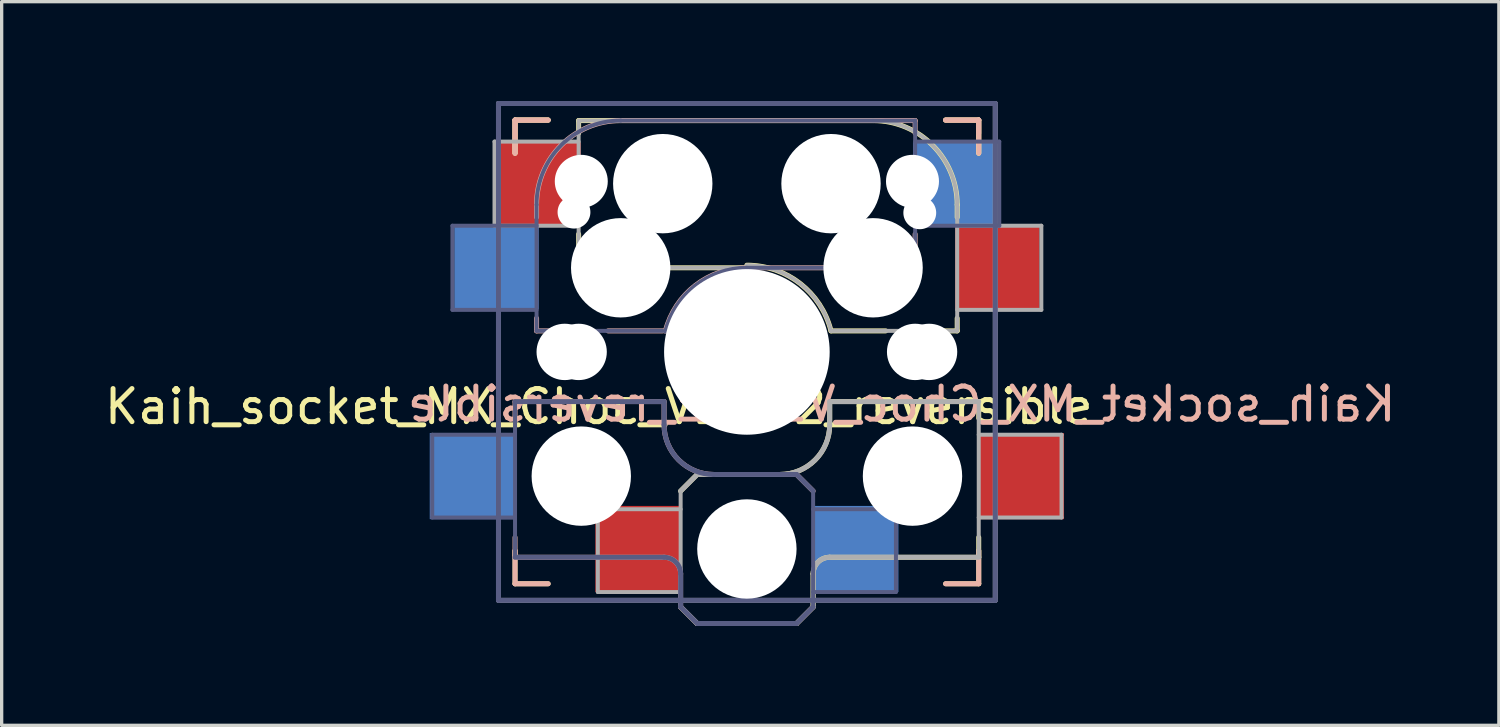
<source format=kicad_pcb>
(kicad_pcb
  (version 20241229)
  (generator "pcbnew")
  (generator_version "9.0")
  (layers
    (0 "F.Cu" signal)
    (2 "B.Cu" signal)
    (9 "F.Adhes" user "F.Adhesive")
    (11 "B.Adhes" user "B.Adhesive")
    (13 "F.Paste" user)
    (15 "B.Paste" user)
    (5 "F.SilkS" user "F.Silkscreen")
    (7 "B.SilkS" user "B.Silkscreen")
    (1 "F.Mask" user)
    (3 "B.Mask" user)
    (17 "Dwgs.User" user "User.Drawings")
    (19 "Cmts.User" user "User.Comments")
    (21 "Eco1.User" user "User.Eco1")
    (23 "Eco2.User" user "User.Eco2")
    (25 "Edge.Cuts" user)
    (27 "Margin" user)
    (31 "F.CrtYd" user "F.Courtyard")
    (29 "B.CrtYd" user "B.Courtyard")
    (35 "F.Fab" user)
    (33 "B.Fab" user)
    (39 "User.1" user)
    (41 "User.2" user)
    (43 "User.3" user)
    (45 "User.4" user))
  (footprint "Kaih_socket_MX_Choc_V1&V2_reversible"
    (layer "F.Cu")
    (at 19.5 7.575)
    (property "Reference" "Kaih_socket_MX_Choc_V1&V2_reversible" (at -4.47 1.651 0) (layer "F.SilkS") (effects (font (size 1 1) (thickness 0.15))))
    (attr smd)
    (fp_line (start -7 -7) (end -6 -7) (stroke (width 0.15) (type solid)) (layer "F.SilkS"))
    (fp_line (start -7 -7) (end -6 -7) (stroke (width 0.15) (type solid)) (layer "F.SilkS"))
    (fp_line (start -7 -6) (end -7 -7) (stroke (width 0.15) (type solid)) (layer "F.SilkS"))
    (fp_line (start -7 -6) (end -7 -7) (stroke (width 0.15) (type solid)) (layer "F.SilkS"))
    (fp_line (start -7 7) (end -7 6) (stroke (width 0.15) (type solid)) (layer "F.SilkS"))
    (fp_line (start -6 7) (end -7 7) (stroke (width 0.15) (type solid)) (layer "F.SilkS"))
    (fp_line (start -5.08 -6.985) (end 3.81 -6.985) (stroke (width 0.15) (type solid)) (layer "F.SilkS"))
    (fp_line (start -5.08 -6.604) (end -5.08 -6.985) (stroke (width 0.15) (type solid)) (layer "F.SilkS"))
    (fp_line (start -5.08 -2.54) (end -5.08 -3.556) (stroke (width 0.15) (type solid)) (layer "F.SilkS"))
    (fp_line (start -2 4.2) (end -1.5 3.7) (stroke (width 0.15) (type solid)) (layer "F.SilkS"))
    (fp_line (start -2 7.7) (end -1.5 8.2) (stroke (width 0.15) (type solid)) (layer "F.SilkS"))
    (fp_line (start -1.5 3.7) (end 1 3.7) (stroke (width 0.15) (type solid)) (layer "F.SilkS"))
    (fp_line (start -1.5 8.2) (end 1.5 8.2) (stroke (width 0.15) (type solid)) (layer "F.SilkS"))
    (fp_line (start 0 -2.54) (end -5.08 -2.54) (stroke (width 0.15) (type solid)) (layer "F.SilkS"))
    (fp_line (start 1.5 8.2) (end 2 7.7) (stroke (width 0.15) (type solid)) (layer "F.SilkS"))
    (fp_line (start 2 6.7) (end 2 7.7) (stroke (width 0.15) (type solid)) (layer "F.SilkS"))
    (fp_line (start 2.5 1.5) (end 7 1.5) (stroke (width 0.15) (type solid)) (layer "F.SilkS"))
    (fp_line (start 2.5 2.2) (end 2.5 1.5) (stroke (width 0.15) (type solid)) (layer "F.SilkS"))
    (fp_line (start 4.191 -0.635) (end 2.54 -0.635) (stroke (width 0.15) (type solid)) (layer "F.SilkS"))
    (fp_line (start 6 -7) (end 7 -7) (stroke (width 0.15) (type solid)) (layer "F.SilkS"))
    (fp_line (start 6 -7) (end 7 -7) (stroke (width 0.15) (type solid)) (layer "F.SilkS"))
    (fp_line (start 6.35 -4.445) (end 6.35 -4.064) (stroke (width 0.15) (type solid)) (layer "F.SilkS"))
    (fp_line (start 6.35 -1.016) (end 6.35 -0.635) (stroke (width 0.15) (type solid)) (layer "F.SilkS"))
    (fp_line (start 6.35 -0.635) (end 5.969 -0.635) (stroke (width 0.15) (type solid)) (layer "F.SilkS"))
    (fp_line (start 7 -7) (end 7 -6) (stroke (width 0.15) (type solid)) (layer "F.SilkS"))
    (fp_line (start 7 -7) (end 7 -6) (stroke (width 0.15) (type solid)) (layer "F.SilkS"))
    (fp_line (start 7 1.5) (end 7 2) (stroke (width 0.15) (type solid)) (layer "F.SilkS"))
    (fp_line (start 7 5.6) (end 7 6.2) (stroke (width 0.15) (type solid)) (layer "F.SilkS"))
    (fp_line (start 7 6) (end 7 7) (stroke (width 0.15) (type solid)) (layer "F.SilkS"))
    (fp_line (start 7 6.2) (end 2.5 6.2) (stroke (width 0.15) (type solid)) (layer "F.SilkS"))
    (fp_line (start 7 7) (end 6 7) (stroke (width 0.15) (type solid)) (layer "F.SilkS"))
    (fp_arc (start 0.000001 -2.618171) (mid 1.611255 -2.063656) (end 2.539999 -0.634999) (stroke (width 0.15) (type solid)) (layer "F.SilkS"))
    (fp_arc (start 2 6.7) (mid 2.146447 6.346447) (end 2.5 6.2) (stroke (width 0.15) (type solid)) (layer "F.SilkS"))
    (fp_arc (start 2.5 2.2) (mid 2.06066 3.26066) (end 1 3.7) (stroke (width 0.15) (type solid)) (layer "F.SilkS"))
    (fp_arc (start 3.81 -6.985) (mid 5.606051 -6.241051) (end 6.35 -4.445) (stroke (width 0.15) (type solid)) (layer "F.SilkS"))
    (fp_line (start -7 -7) (end -6 -7) (stroke (width 0.15) (type solid)) (layer "B.SilkS"))
    (fp_line (start -7 -7) (end -6 -7) (stroke (width 0.15) (type solid)) (layer "B.SilkS"))
    (fp_line (start -7 -6) (end -7 -7) (stroke (width 0.15) (type solid)) (layer "B.SilkS"))
    (fp_line (start -7 -6) (end -7 -7) (stroke (width 0.15) (type solid)) (layer "B.SilkS"))
    (fp_line (start -7 1.5) (end -7 2) (stroke (width 0.15) (type solid)) (layer "B.SilkS"))
    (fp_line (start -7 5.6) (end -7 6.2) (stroke (width 0.15) (type solid)) (layer "B.SilkS"))
    (fp_line (start -7 6.2) (end -2.5 6.2) (stroke (width 0.15) (type solid)) (layer "B.SilkS"))
    (fp_line (start -7 7) (end -7 6) (stroke (width 0.15) (type solid)) (layer "B.SilkS"))
    (fp_line (start -6.35 -4.445) (end -6.35 -4.064) (stroke (width 0.15) (type solid)) (layer "B.SilkS"))
    (fp_line (start -6.35 -1.016) (end -6.35 -0.635) (stroke (width 0.15) (type solid)) (layer "B.SilkS"))
    (fp_line (start -6.35 -0.635) (end -5.969 -0.635) (stroke (width 0.15) (type solid)) (layer "B.SilkS"))
    (fp_line (start -6 7) (end -7 7) (stroke (width 0.15) (type solid)) (layer "B.SilkS"))
    (fp_line (start -4.191 -0.635) (end -2.54 -0.635) (stroke (width 0.15) (type solid)) (layer "B.SilkS"))
    (fp_line (start -2.5 1.5) (end -7 1.5) (stroke (width 0.15) (type solid)) (layer "B.SilkS"))
    (fp_line (start -2.5 2.2) (end -2.5 1.5) (stroke (width 0.15) (type solid)) (layer "B.SilkS"))
    (fp_line (start -2 6.7) (end -2 7.7) (stroke (width 0.15) (type solid)) (layer "B.SilkS"))
    (fp_line (start -1.5 8.2) (end -2 7.7) (stroke (width 0.15) (type solid)) (layer "B.SilkS"))
    (fp_line (start 0 -2.54) (end 5.08 -2.54) (stroke (width 0.15) (type solid)) (layer "B.SilkS"))
    (fp_line (start 1.5 3.7) (end -1 3.7) (stroke (width 0.15) (type solid)) (layer "B.SilkS"))
    (fp_line (start 1.5 8.2) (end -1.5 8.2) (stroke (width 0.15) (type solid)) (layer "B.SilkS"))
    (fp_line (start 2 4.2) (end 1.5 3.7) (stroke (width 0.15) (type solid)) (layer "B.SilkS"))
    (fp_line (start 2 7.7) (end 1.5 8.2) (stroke (width 0.15) (type solid)) (layer "B.SilkS"))
    (fp_line (start 5.08 -6.985) (end -3.81 -6.985) (stroke (width 0.15) (type solid)) (layer "B.SilkS"))
    (fp_line (start 5.08 -6.604) (end 5.08 -6.985) (stroke (width 0.15) (type solid)) (layer "B.SilkS"))
    (fp_line (start 5.08 -2.54) (end 5.08 -3.556) (stroke (width 0.15) (type solid)) (layer "B.SilkS"))
    (fp_line (start 6 -7) (end 7 -7) (stroke (width 0.15) (type solid)) (layer "B.SilkS"))
    (fp_line (start 6 -7) (end 7 -7) (stroke (width 0.15) (type solid)) (layer "B.SilkS"))
    (fp_line (start 7 -7) (end 7 -6.604) (stroke (width 0.15) (type solid)) (layer "B.SilkS"))
    (fp_line (start 7 -7) (end 7 -6) (stroke (width 0.15) (type solid)) (layer "B.SilkS"))
    (fp_line (start 7 6) (end 7 7) (stroke (width 0.15) (type solid)) (layer "B.SilkS"))
    (fp_line (start 7 7) (end 6 7) (stroke (width 0.15) (type solid)) (layer "B.SilkS"))
    (fp_arc (start -6.35 -4.445) (mid -5.606051 -6.241051) (end -3.81 -6.985) (stroke (width 0.15) (type solid)) (layer "B.SilkS"))
    (fp_arc (start -2.5 6.2) (mid -2.146447 6.346447) (end -2 6.7) (stroke (width 0.15) (type solid)) (layer "B.SilkS"))
    (fp_arc (start -2.461268 -0.627503) (mid -1.558484 -2.005674) (end 0 -2.54) (stroke (width 0.15) (type solid)) (layer "B.SilkS"))
    (fp_arc (start -1 3.7) (mid -2.06066 3.26066) (end -2.5 2.2) (stroke (width 0.15) (type solid)) (layer "B.SilkS"))
    (fp_line (start -6.9 6.9) (end -6.9 -6.9) (stroke (width 0.15) (type solid)) (layer "Eco2.User"))
    (fp_line (start -6.9 6.9) (end 6.9 6.9) (stroke (width 0.15) (type solid)) (layer "Eco2.User"))
    (fp_line (start 6.9 -6.9) (end -6.9 -6.9) (stroke (width 0.15) (type solid)) (layer "Eco2.User"))
    (fp_line (start 6.9 -6.9) (end 6.9 6.9) (stroke (width 0.15) (type solid)) (layer "Eco2.User"))
    (fp_line (start -9.5 2.5) (end -7 2.5) (stroke (width 0.12) (type solid)) (layer "B.Fab"))
    (fp_line (start -9.5 5) (end -9.5 2.5) (stroke (width 0.12) (type solid)) (layer "B.Fab"))
    (fp_line (start -8.89 -3.81) (end -8.89 -1.27) (stroke (width 0.12) (type solid)) (layer "B.Fab"))
    (fp_line (start -8.89 -1.27) (end -6.35 -1.27) (stroke (width 0.12) (type solid)) (layer "B.Fab"))
    (fp_line (start -7.5 -7.5) (end 7.5 -7.5) (stroke (width 0.15) (type solid)) (layer "B.Fab"))
    (fp_line (start -7.5 7.5) (end -7.5 -7.5) (stroke (width 0.15) (type solid)) (layer "B.Fab"))
    (fp_line (start -7 1.5) (end -7 6.2) (stroke (width 0.12) (type solid)) (layer "B.Fab"))
    (fp_line (start -7 5) (end -9.5 5) (stroke (width 0.12) (type solid)) (layer "B.Fab"))
    (fp_line (start -7 6.2) (end -2.5 6.2) (stroke (width 0.15) (type solid)) (layer "B.Fab"))
    (fp_line (start -6.35 -4.445) (end -6.35 -0.635) (stroke (width 0.12) (type solid)) (layer "B.Fab"))
    (fp_line (start -6.35 -3.81) (end -8.89 -3.81) (stroke (width 0.12) (type solid)) (layer "B.Fab"))
    (fp_line (start -6.35 -0.635) (end -2.54 -0.635) (stroke (width 0.12) (type solid)) (layer "B.Fab"))
    (fp_line (start -2.5 1.5) (end -7 1.5) (stroke (width 0.15) (type solid)) (layer "B.Fab"))
    (fp_line (start -2.5 2.2) (end -2.5 1.5) (stroke (width 0.15) (type solid)) (layer "B.Fab"))
    (fp_line (start -2 6.7) (end -2 7.7) (stroke (width 0.15) (type solid)) (layer "B.Fab"))
    (fp_line (start -1.5 8.2) (end -2 7.7) (stroke (width 0.15) (type solid)) (layer "B.Fab"))
    (fp_line (start 0 -2.54) (end 5.08 -2.54) (stroke (width 0.12) (type solid)) (layer "B.Fab"))
    (fp_line (start 1.5 3.7) (end -1 3.7) (stroke (width 0.15) (type solid)) (layer "B.Fab"))
    (fp_line (start 1.5 8.2) (end -1.5 8.2) (stroke (width 0.15) (type solid)) (layer "B.Fab"))
    (fp_line (start 2 4.2) (end 1.5 3.7) (stroke (width 0.15) (type solid)) (layer "B.Fab"))
    (fp_line (start 2 4.25) (end 2 7.7) (stroke (width 0.12) (type solid)) (layer "B.Fab"))
    (fp_line (start 2 4.75) (end 4.5 4.75) (stroke (width 0.12) (type solid)) (layer "B.Fab"))
    (fp_line (start 2 7.7) (end 1.5 8.2) (stroke (width 0.15) (type solid)) (layer "B.Fab"))
    (fp_line (start 4.5 4.75) (end 4.5 7.25) (stroke (width 0.12) (type solid)) (layer "B.Fab"))
    (fp_line (start 4.5 7.25) (end 2 7.25) (stroke (width 0.12) (type solid)) (layer "B.Fab"))
    (fp_line (start 5.08 -6.985) (end -3.81 -6.985) (stroke (width 0.12) (type solid)) (layer "B.Fab"))
    (fp_line (start 5.08 -3.81) (end 7.62 -3.81) (stroke (width 0.12) (type solid)) (layer "B.Fab"))
    (fp_line (start 5.08 -2.54) (end 5.08 -6.985) (stroke (width 0.12) (type solid)) (layer "B.Fab"))
    (fp_line (start 7.5 -7.5) (end 7.5 7.5) (stroke (width 0.15) (type solid)) (layer "B.Fab"))
    (fp_line (start 7.5 7.5) (end -7.5 7.5) (stroke (width 0.15) (type solid)) (layer "B.Fab"))
    (fp_line (start 7.62 -6.35) (end 5.08 -6.35) (stroke (width 0.12) (type solid)) (layer "B.Fab"))
    (fp_line (start 7.62 -3.81) (end 7.62 -6.35) (stroke (width 0.12) (type solid)) (layer "B.Fab"))
    (fp_arc (start -6.35 -4.445) (mid -5.606051 -6.241051) (end -3.81 -6.985) (stroke (width 0.12) (type solid)) (layer "B.Fab"))
    (fp_arc (start -2.5 6.2) (mid -2.146447 6.346447) (end -2 6.7) (stroke (width 0.15) (type solid)) (layer "B.Fab"))
    (fp_arc (start -2.464162 -0.61604) (mid -1.563147 -2.002042) (end 0 -2.54) (stroke (width 0.12) (type solid)) (layer "B.Fab"))
    (fp_arc (start -1 3.7) (mid -2.06066 3.26066) (end -2.5 2.2) (stroke (width 0.15) (type solid)) (layer "B.Fab"))
    (fp_line (start -7.62 -6.35) (end -7.62 -3.81) (stroke (width 0.12) (type solid)) (layer "F.Fab"))
    (fp_line (start -7.62 -3.81) (end -5.08 -3.81) (stroke (width 0.12) (type solid)) (layer "F.Fab"))
    (fp_line (start -7.5 -7.5) (end 7.5 -7.5) (stroke (width 0.15) (type solid)) (layer "F.Fab"))
    (fp_line (start -7.5 7.5) (end -7.5 -7.5) (stroke (width 0.15) (type solid)) (layer "F.Fab"))
    (fp_line (start -5.08 -6.985) (end -5.08 -2.54) (stroke (width 0.12) (type solid)) (layer "F.Fab"))
    (fp_line (start -5.08 -6.35) (end -7.62 -6.35) (stroke (width 0.12) (type solid)) (layer "F.Fab"))
    (fp_line (start -5.08 -2.54) (end 0 -2.54) (stroke (width 0.12) (type solid)) (layer "F.Fab"))
    (fp_line (start -4.5 4.75) (end -4.5 7.25) (stroke (width 0.12) (type solid)) (layer "F.Fab"))
    (fp_line (start -4.5 7.25) (end -2 7.25) (stroke (width 0.12) (type solid)) (layer "F.Fab"))
    (fp_line (start -2 4.2) (end -1.5 3.7) (stroke (width 0.15) (type solid)) (layer "F.Fab"))
    (fp_line (start -2 4.25) (end -2 7.7) (stroke (width 0.12) (type solid)) (layer "F.Fab"))
    (fp_line (start -2 4.75) (end -4.5 4.75) (stroke (width 0.12) (type solid)) (layer "F.Fab"))
    (fp_line (start -2 7.7) (end -1.5 8.2) (stroke (width 0.15) (type solid)) (layer "F.Fab"))
    (fp_line (start -1.5 3.7) (end 1 3.7) (stroke (width 0.15) (type solid)) (layer "F.Fab"))
    (fp_line (start -1.5 8.2) (end 1.5 8.2) (stroke (width 0.15) (type solid)) (layer "F.Fab"))
    (fp_line (start 1.5 8.2) (end 2 7.7) (stroke (width 0.15) (type solid)) (layer "F.Fab"))
    (fp_line (start 2 6.7) (end 2 7.7) (stroke (width 0.15) (type solid)) (layer "F.Fab"))
    (fp_line (start 2.5 1.5) (end 7 1.5) (stroke (width 0.15) (type solid)) (layer "F.Fab"))
    (fp_line (start 2.5 2.2) (end 2.5 1.5) (stroke (width 0.15) (type solid)) (layer "F.Fab"))
    (fp_line (start 2.54 -0.635) (end 6.35 -0.635) (stroke (width 0.12) (type solid)) (layer "F.Fab"))
    (fp_line (start 3.81 -6.985) (end -5.08 -6.985) (stroke (width 0.12) (type solid)) (layer "F.Fab"))
    (fp_line (start 6.35 -1.27) (end 8.89 -1.27) (stroke (width 0.12) (type solid)) (layer "F.Fab"))
    (fp_line (start 6.35 -0.635) (end 6.35 -4.445) (stroke (width 0.12) (type solid)) (layer "F.Fab"))
    (fp_line (start 7 1.5) (end 7 6.2) (stroke (width 0.12) (type solid)) (layer "F.Fab"))
    (fp_line (start 7 5) (end 9.5 5) (stroke (width 0.12) (type solid)) (layer "F.Fab"))
    (fp_line (start 7 6.2) (end 2.5 6.2) (stroke (width 0.15) (type solid)) (layer "F.Fab"))
    (fp_line (start 7.5 -7.5) (end 7.5 7.5) (stroke (width 0.15) (type solid)) (layer "F.Fab"))
    (fp_line (start 7.5 7.5) (end -7.5 7.5) (stroke (width 0.15) (type solid)) (layer "F.Fab"))
    (fp_line (start 8.89 -3.81) (end 6.35 -3.81) (stroke (width 0.12) (type solid)) (layer "F.Fab"))
    (fp_line (start 8.89 -1.27) (end 8.89 -3.81) (stroke (width 0.12) (type solid)) (layer "F.Fab"))
    (fp_line (start 9.5 2.5) (end 7 2.5) (stroke (width 0.12) (type solid)) (layer "F.Fab"))
    (fp_line (start 9.5 5) (end 9.5 2.5) (stroke (width 0.12) (type solid)) (layer "F.Fab"))
    (fp_arc (start 0.000001 -2.618171) (mid 1.611255 -2.063656) (end 2.539999 -0.634999) (stroke (width 0.12) (type solid)) (layer "F.Fab"))
    (fp_arc (start 2 6.7) (mid 2.146447 6.346447) (end 2.5 6.2) (stroke (width 0.15) (type solid)) (layer "F.Fab"))
    (fp_arc (start 2.5 2.2) (mid 2.06066 3.26066) (end 1 3.7) (stroke (width 0.15) (type solid)) (layer "F.Fab"))
    (fp_arc (start 3.81 -6.985) (mid 5.606051 -6.241051) (end 6.35 -4.445) (stroke (width 0.12) (type solid)) (layer "F.Fab"))
    (fp_text user "${REFERENCE}" (at 4.674 1.575 0) (layer "B.SilkS") (effects (font (size 1 1) (thickness 0.15)) (justify mirror)))
    (pad "" np_thru_hole circle (at -5.5 0) (size 1.702 1.702) (drill 1.702) (layers "*.Cu" "*.Mask"))
    (pad "" np_thru_hole circle (at -5.22 -4.22) (size 0.991 0.991) (drill 0.991) (layers "*.Cu" "*.Mask"))
    (pad "" np_thru_hole circle (at -5.08 0) (size 1.702 1.702) (drill 1.702) (layers "*.Cu" "*.Mask"))
    (pad "" np_thru_hole circle (at -5 -5.15) (size 1.6 1.6) (drill 1.6) (layers "*.Cu" "*.Mask"))
    (pad "" np_thru_hole circle (at -5 3.75) (size 3 3) (drill 3) (layers "*.Cu" "*.Mask"))
    (pad "" np_thru_hole circle (at -3.81 -2.54) (size 3 3) (drill 3) (layers "*.Cu" "*.Mask"))
    (pad "" np_thru_hole circle (at -2.54 -5.08 180) (size 3 3) (drill 3) (layers "*.Cu" "*.Mask"))
    (pad "" np_thru_hole circle (at 0 0) (size 5 5) (drill 5) (layers "*.Cu" "*.Mask"))
    (pad "" np_thru_hole circle (at 0 5.95) (size 3 3) (drill 3) (layers "*.Cu" "*.Mask"))
    (pad "" np_thru_hole circle (at 2.54 -5.08) (size 3 3) (drill 3) (layers "*.Cu" "*.Mask"))
    (pad "" np_thru_hole circle (at 3.81 -2.54 180) (size 3 3) (drill 3) (layers "*.Cu" "*.Mask"))
    (pad "" np_thru_hole circle (at 5 -5.15) (size 1.6 1.6) (drill 1.6) (layers "*.Cu" "*.Mask"))
    (pad "" np_thru_hole circle (at 5 3.75) (size 3 3) (drill 3) (layers "*.Cu" "*.Mask"))
    (pad "" np_thru_hole circle (at 5.08 0) (size 1.702 1.702) (drill 1.702) (layers "*.Cu" "*.Mask"))
    (pad "" np_thru_hole circle (at 5.22 -4.2) (size 0.991 0.991) (drill 0.991) (layers "*.Cu" "*.Mask"))
    (pad "" np_thru_hole circle (at 5.5 0) (size 1.702 1.702) (drill 1.702) (layers "*.Cu" "*.Mask"))
    (pad "1" smd rect (at 3.275 5.95) (size 2.6 2.6) (layers "B.Cu" "B.Mask" "B.Paste"))
    (pad "1" smd rect (at 6.29 -5.08) (size 2.55 2.5) (layers "B.Cu" "B.Mask" "B.Paste"))
    (pad "1" smd rect (at 7.56 -2.54 180) (size 2.55 2.5) (layers "F.Cu" "F.Mask" "F.Paste"))
    (pad "1" smd rect (at 8.275 3.75) (size 2.6 2.6) (layers "F.Cu" "F.Mask" "F.Paste"))
    (pad "2" smd rect (at -8.275 3.75) (size 2.6 2.6) (layers "B.Cu" "B.Mask" "B.Paste"))
    (pad "2" smd rect (at -7.56 -2.54) (size 2.55 2.5) (layers "B.Cu" "B.Mask" "B.Paste"))
    (pad "2" smd rect (at -6.29 -5.08 180) (size 2.55 2.5) (layers "F.Cu" "F.Mask" "F.Paste"))
    (pad "2" smd rect (at -3.275 5.95) (size 2.6 2.6) (layers "F.Cu" "F.Mask" "F.Paste")))
  (gr_rect
    (start -3 -3)
    (end 42.204 18.85)
    (stroke (width 0.1) (type default))
    (fill no)
    (layer "Edge.Cuts")))
</source>
